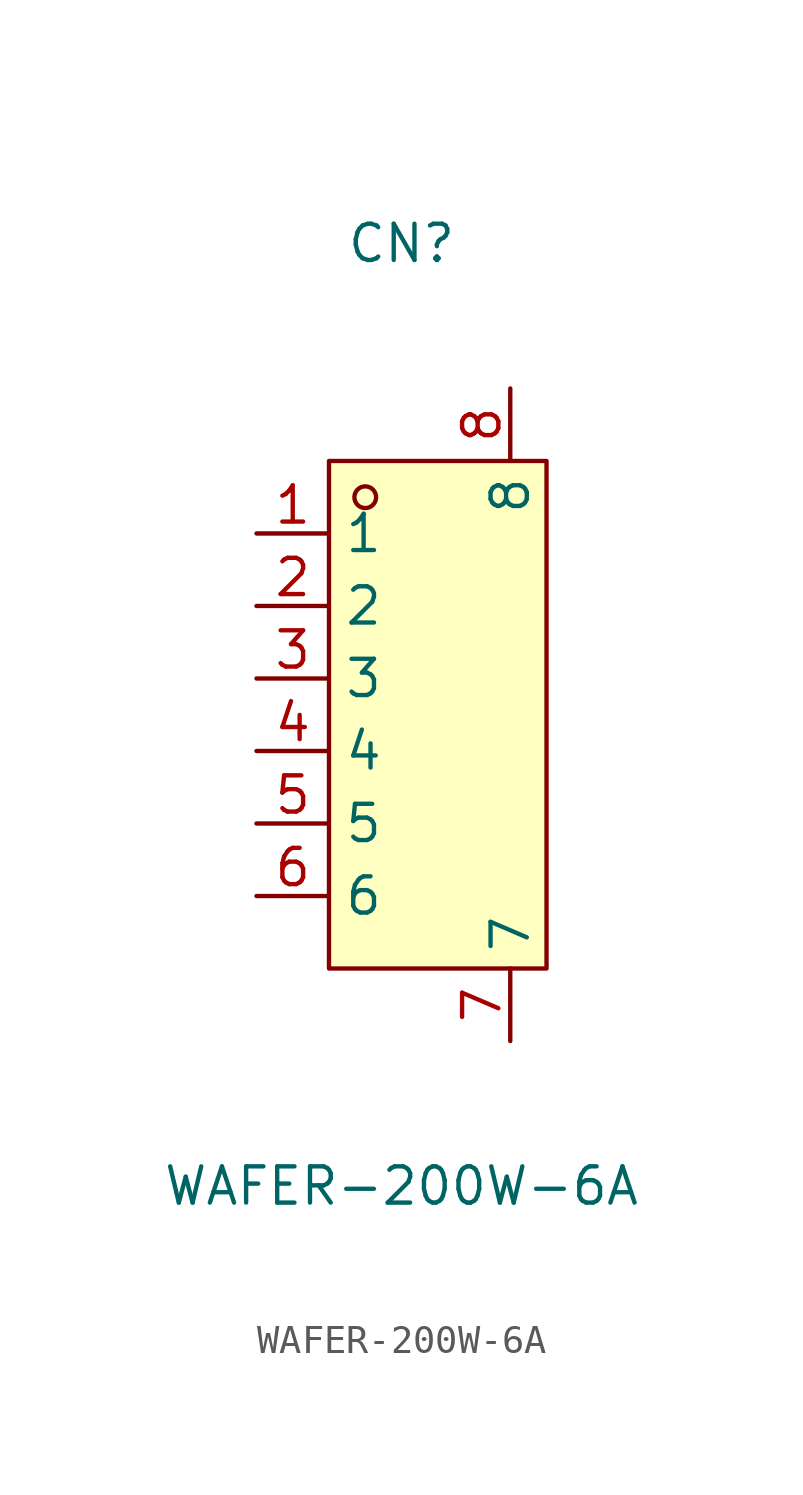
<source format=kicad_sym>
(kicad_symbol_lib
  (version 20211014)
  (generator https://github.com/uPesy/easyeda2kicad.py)
  (symbol "WAFER-200W-6A"
    (property "Reference" "CN"
      (at 0 16.51 0)
      (effects (font (size 1.27 1.27))))
    (property "Value" "WAFER-200W-6A"
      (at 0 -16.51 0)
      (effects (font (size 1.27 1.27))))
    (symbol "WAFER-200W-6A_0_1"
      (rectangle (start -2.54 8.89) (end 5.08 -8.89) (stroke (width 0) (type default) (color 0 0 0 0)) (fill (type background)))
      (circle (center -1.27 7.62) (radius 0.38) (stroke (width 0) (type default) (color 0 0 0 0)) (fill (type none)))
      (pin unspecified line (at -5.08 6.35 0) (length 2.54) (name "1" (effects (font (size 1.27 1.27)))) (number "1" (effects (font (size 1.27 1.27)))))
      (pin unspecified line (at -5.08 3.81 0) (length 2.54) (name "2" (effects (font (size 1.27 1.27)))) (number "2" (effects (font (size 1.27 1.27)))))
      (pin unspecified line (at -5.08 1.27 0) (length 2.54) (name "3" (effects (font (size 1.27 1.27)))) (number "3" (effects (font (size 1.27 1.27)))))
      (pin unspecified line (at -5.08 -1.27 0) (length 2.54) (name "4" (effects (font (size 1.27 1.27)))) (number "4" (effects (font (size 1.27 1.27)))))
      (pin unspecified line (at -5.08 -3.81 0) (length 2.54) (name "5" (effects (font (size 1.27 1.27)))) (number "5" (effects (font (size 1.27 1.27)))))
      (pin unspecified line (at -5.08 -6.35 0) (length 2.54) (name "6" (effects (font (size 1.27 1.27)))) (number "6" (effects (font (size 1.27 1.27)))))
      (pin unspecified line (at 3.81 -11.43 90) (length 2.54) (name "7" (effects (font (size 1.27 1.27)))) (number "7" (effects (font (size 1.27 1.27)))))
      (pin unspecified line (at 3.81 11.43 270) (length 2.54) (name "8" (effects (font (size 1.27 1.27)))) (number "8" (effects (font (size 1.27 1.27))))))))
</source>
